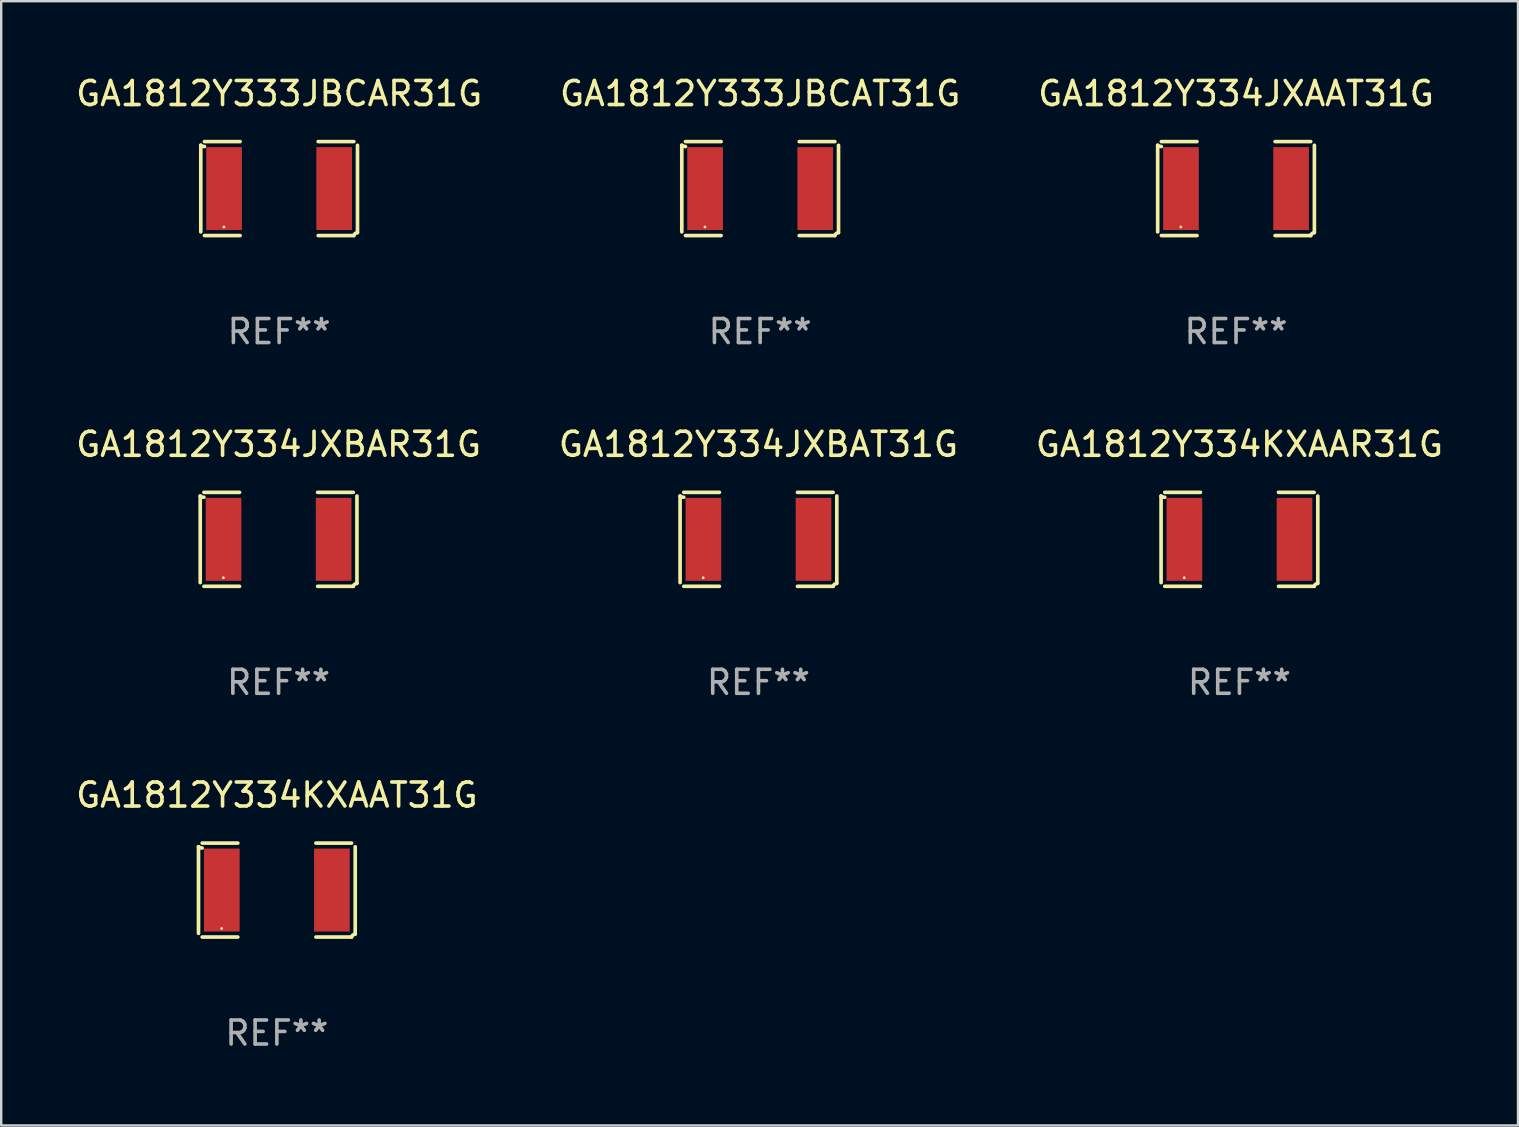
<source format=kicad_pcb>
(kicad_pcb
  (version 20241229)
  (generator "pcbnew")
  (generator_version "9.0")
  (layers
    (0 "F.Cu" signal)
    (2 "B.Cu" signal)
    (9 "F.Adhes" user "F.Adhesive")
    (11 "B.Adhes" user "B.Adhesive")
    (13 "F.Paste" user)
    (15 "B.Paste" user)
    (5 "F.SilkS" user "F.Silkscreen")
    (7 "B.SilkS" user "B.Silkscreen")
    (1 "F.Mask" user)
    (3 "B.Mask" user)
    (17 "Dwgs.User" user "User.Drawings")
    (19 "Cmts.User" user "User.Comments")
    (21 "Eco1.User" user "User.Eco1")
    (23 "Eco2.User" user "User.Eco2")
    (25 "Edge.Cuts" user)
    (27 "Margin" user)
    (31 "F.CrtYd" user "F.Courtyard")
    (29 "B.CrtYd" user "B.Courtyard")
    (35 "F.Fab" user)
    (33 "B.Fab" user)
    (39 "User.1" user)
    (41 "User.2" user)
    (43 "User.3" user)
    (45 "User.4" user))
  (footprint "GA1812Y333JBCAT31G"
    (layer "F.Cu")
    (at 28.613 4.805)
    (property "Reference" "GA1812Y333JBCAT31G" (at 0 -3.957 0) (layer "F.SilkS") (effects (font (size 1 1) (thickness 0.15))))
    (attr through_hole)
    (fp_line (start -3.264 1.804) (end -3.264 -1.804) (stroke (width 0.152) (type solid)) (layer "F.SilkS"))
    (fp_line (start -3.111 -1.957) (end -1.626 -1.957) (stroke (width 0.152) (type solid)) (layer "F.SilkS"))
    (fp_line (start -1.626 1.957) (end -3.111 1.957) (stroke (width 0.152) (type solid)) (layer "F.SilkS"))
    (fp_line (start 1.626 1.957) (end 3.111 1.957) (stroke (width 0.152) (type solid)) (layer "F.SilkS"))
    (fp_line (start 3.111 -1.957) (end 1.626 -1.957) (stroke (width 0.152) (type solid)) (layer "F.SilkS"))
    (fp_line (start 3.264 1.804) (end 3.264 -1.804) (stroke (width 0.152) (type solid)) (layer "F.SilkS"))
    (fp_arc (start -3.111202 -1.752192) (mid -3.191715 -1.76555) (end -3.263602 -1.804191) (stroke (width 0.1524) (type solid)) (layer "F.SilkS"))
    (fp_arc (start 3.111201 1.956591) (mid 3.167789 1.872777) (end 3.263602 1.840424) (stroke (width 0.1524) (type solid)) (layer "F.SilkS"))
    (fp_circle (center -2.3 1.6) (end -2.27 1.6) (stroke (width 0.06) (type solid)) (fill no) (layer "F.SilkS"))
    (fp_text user "REF**" (at 0 5.957 0) (layer "F.Fab") (effects (font (size 1 1) (thickness 0.15))))
    (pad "1" smd rect (at -2.293 0) (size 1.485 3.456) (layers "F.Cu" "F.Mask" "F.Paste"))
    (pad "2" smd rect (at 2.293 0) (size 1.485 3.456) (layers "F.Cu" "F.Mask" "F.Paste")))
  (footprint "GA1812Y333JBCAR31G"
    (layer "F.Cu")
    (at 8.577 4.805)
    (property "Reference" "GA1812Y333JBCAR31G" (at 0 -3.957 0) (layer "F.SilkS") (effects (font (size 1 1) (thickness 0.15))))
    (attr through_hole)
    (fp_line (start -3.264 1.804) (end -3.264 -1.804) (stroke (width 0.152) (type solid)) (layer "F.SilkS"))
    (fp_line (start -3.111 -1.957) (end -1.626 -1.957) (stroke (width 0.152) (type solid)) (layer "F.SilkS"))
    (fp_line (start -1.626 1.957) (end -3.111 1.957) (stroke (width 0.152) (type solid)) (layer "F.SilkS"))
    (fp_line (start 1.626 1.957) (end 3.111 1.957) (stroke (width 0.152) (type solid)) (layer "F.SilkS"))
    (fp_line (start 3.111 -1.957) (end 1.626 -1.957) (stroke (width 0.152) (type solid)) (layer "F.SilkS"))
    (fp_line (start 3.264 1.804) (end 3.264 -1.804) (stroke (width 0.152) (type solid)) (layer "F.SilkS"))
    (fp_arc (start -3.111202 -1.752192) (mid -3.191715 -1.76555) (end -3.263602 -1.804191) (stroke (width 0.1524) (type solid)) (layer "F.SilkS"))
    (fp_arc (start 3.111201 1.956591) (mid 3.167789 1.872777) (end 3.263602 1.840424) (stroke (width 0.1524) (type solid)) (layer "F.SilkS"))
    (fp_circle (center -2.3 1.6) (end -2.27 1.6) (stroke (width 0.06) (type solid)) (fill no) (layer "F.SilkS"))
    (fp_text user "REF**" (at 0 5.957 0) (layer "F.Fab") (effects (font (size 1 1) (thickness 0.15))))
    (pad "1" smd rect (at -2.293 0) (size 1.485 3.456) (layers "F.Cu" "F.Mask" "F.Paste"))
    (pad "2" smd rect (at 2.293 0) (size 1.485 3.456) (layers "F.Cu" "F.Mask" "F.Paste")))
  (footprint "GA1812Y334KXAAT31G"
    (layer "F.Cu")
    (at 8.482 34.024)
    (property "Reference" "GA1812Y334KXAAT31G" (at 0 -3.957 0) (layer "F.SilkS") (effects (font (size 1 1) (thickness 0.15))))
    (attr through_hole)
    (fp_line (start -3.264 1.804) (end -3.264 -1.804) (stroke (width 0.152) (type solid)) (layer "F.SilkS"))
    (fp_line (start -3.111 -1.957) (end -1.626 -1.957) (stroke (width 0.152) (type solid)) (layer "F.SilkS"))
    (fp_line (start -1.626 1.957) (end -3.111 1.957) (stroke (width 0.152) (type solid)) (layer "F.SilkS"))
    (fp_line (start 1.626 1.957) (end 3.111 1.957) (stroke (width 0.152) (type solid)) (layer "F.SilkS"))
    (fp_line (start 3.111 -1.957) (end 1.626 -1.957) (stroke (width 0.152) (type solid)) (layer "F.SilkS"))
    (fp_line (start 3.264 1.804) (end 3.264 -1.804) (stroke (width 0.152) (type solid)) (layer "F.SilkS"))
    (fp_arc (start -3.111202 -1.752192) (mid -3.191715 -1.76555) (end -3.263602 -1.804191) (stroke (width 0.1524) (type solid)) (layer "F.SilkS"))
    (fp_arc (start 3.111201 1.956591) (mid 3.167789 1.872777) (end 3.263602 1.840424) (stroke (width 0.1524) (type solid)) (layer "F.SilkS"))
    (fp_circle (center -2.3 1.6) (end -2.27 1.6) (stroke (width 0.06) (type solid)) (fill no) (layer "F.SilkS"))
    (fp_text user "REF**" (at 0 5.957 0) (layer "F.Fab") (effects (font (size 1 1) (thickness 0.15))))
    (pad "1" smd rect (at -2.293 0) (size 1.485 3.456) (layers "F.Cu" "F.Mask" "F.Paste"))
    (pad "2" smd rect (at 2.293 0) (size 1.485 3.456) (layers "F.Cu" "F.Mask" "F.Paste")))
  (footprint "GA1812Y334JXBAR31G"
    (layer "F.Cu")
    (at 8.554 19.415)
    (property "Reference" "GA1812Y334JXBAR31G" (at 0 -3.957 0) (layer "F.SilkS") (effects (font (size 1 1) (thickness 0.15))))
    (attr through_hole)
    (fp_line (start -3.264 1.804) (end -3.264 -1.804) (stroke (width 0.152) (type solid)) (layer "F.SilkS"))
    (fp_line (start -3.111 -1.957) (end -1.626 -1.957) (stroke (width 0.152) (type solid)) (layer "F.SilkS"))
    (fp_line (start -1.626 1.957) (end -3.111 1.957) (stroke (width 0.152) (type solid)) (layer "F.SilkS"))
    (fp_line (start 1.626 1.957) (end 3.111 1.957) (stroke (width 0.152) (type solid)) (layer "F.SilkS"))
    (fp_line (start 3.111 -1.957) (end 1.626 -1.957) (stroke (width 0.152) (type solid)) (layer "F.SilkS"))
    (fp_line (start 3.264 1.804) (end 3.264 -1.804) (stroke (width 0.152) (type solid)) (layer "F.SilkS"))
    (fp_arc (start -3.111202 -1.752192) (mid -3.191715 -1.76555) (end -3.263602 -1.804191) (stroke (width 0.1524) (type solid)) (layer "F.SilkS"))
    (fp_arc (start 3.111201 1.956591) (mid 3.167789 1.872777) (end 3.263602 1.840424) (stroke (width 0.1524) (type solid)) (layer "F.SilkS"))
    (fp_circle (center -2.3 1.6) (end -2.27 1.6) (stroke (width 0.06) (type solid)) (fill no) (layer "F.SilkS"))
    (fp_text user "REF**" (at 0 5.957 0) (layer "F.Fab") (effects (font (size 1 1) (thickness 0.15))))
    (pad "1" smd rect (at -2.293 0) (size 1.485 3.456) (layers "F.Cu" "F.Mask" "F.Paste"))
    (pad "2" smd rect (at 2.293 0) (size 1.485 3.456) (layers "F.Cu" "F.Mask" "F.Paste")))
  (footprint "GA1812Y334JXAAT31G"
    (layer "F.Cu")
    (at 48.435 4.805)
    (property "Reference" "GA1812Y334JXAAT31G" (at 0 -3.957 0) (layer "F.SilkS") (effects (font (size 1 1) (thickness 0.15))))
    (attr through_hole)
    (fp_line (start -3.264 1.804) (end -3.264 -1.804) (stroke (width 0.152) (type solid)) (layer "F.SilkS"))
    (fp_line (start -3.111 -1.957) (end -1.626 -1.957) (stroke (width 0.152) (type solid)) (layer "F.SilkS"))
    (fp_line (start -1.626 1.957) (end -3.111 1.957) (stroke (width 0.152) (type solid)) (layer "F.SilkS"))
    (fp_line (start 1.626 1.957) (end 3.111 1.957) (stroke (width 0.152) (type solid)) (layer "F.SilkS"))
    (fp_line (start 3.111 -1.957) (end 1.626 -1.957) (stroke (width 0.152) (type solid)) (layer "F.SilkS"))
    (fp_line (start 3.264 1.804) (end 3.264 -1.804) (stroke (width 0.152) (type solid)) (layer "F.SilkS"))
    (fp_arc (start -3.111202 -1.752192) (mid -3.191715 -1.76555) (end -3.263602 -1.804191) (stroke (width 0.1524) (type solid)) (layer "F.SilkS"))
    (fp_arc (start 3.111201 1.956591) (mid 3.167789 1.872777) (end 3.263602 1.840424) (stroke (width 0.1524) (type solid)) (layer "F.SilkS"))
    (fp_circle (center -2.3 1.6) (end -2.27 1.6) (stroke (width 0.06) (type solid)) (fill no) (layer "F.SilkS"))
    (fp_text user "REF**" (at 0 5.957 0) (layer "F.Fab") (effects (font (size 1 1) (thickness 0.15))))
    (pad "1" smd rect (at -2.293 0) (size 1.485 3.456) (layers "F.Cu" "F.Mask" "F.Paste"))
    (pad "2" smd rect (at 2.293 0) (size 1.485 3.456) (layers "F.Cu" "F.Mask" "F.Paste")))
  (footprint "GA1812Y334JXBAT31G"
    (layer "F.Cu")
    (at 28.542 19.415)
    (property "Reference" "GA1812Y334JXBAT31G" (at 0 -3.957 0) (layer "F.SilkS") (effects (font (size 1 1) (thickness 0.15))))
    (attr through_hole)
    (fp_line (start -3.264 1.804) (end -3.264 -1.804) (stroke (width 0.152) (type solid)) (layer "F.SilkS"))
    (fp_line (start -3.111 -1.957) (end -1.626 -1.957) (stroke (width 0.152) (type solid)) (layer "F.SilkS"))
    (fp_line (start -1.626 1.957) (end -3.111 1.957) (stroke (width 0.152) (type solid)) (layer "F.SilkS"))
    (fp_line (start 1.626 1.957) (end 3.111 1.957) (stroke (width 0.152) (type solid)) (layer "F.SilkS"))
    (fp_line (start 3.111 -1.957) (end 1.626 -1.957) (stroke (width 0.152) (type solid)) (layer "F.SilkS"))
    (fp_line (start 3.264 1.804) (end 3.264 -1.804) (stroke (width 0.152) (type solid)) (layer "F.SilkS"))
    (fp_arc (start -3.111202 -1.752192) (mid -3.191715 -1.76555) (end -3.263602 -1.804191) (stroke (width 0.1524) (type solid)) (layer "F.SilkS"))
    (fp_arc (start 3.111201 1.956591) (mid 3.167789 1.872777) (end 3.263602 1.840424) (stroke (width 0.1524) (type solid)) (layer "F.SilkS"))
    (fp_circle (center -2.3 1.6) (end -2.27 1.6) (stroke (width 0.06) (type solid)) (fill no) (layer "F.SilkS"))
    (fp_text user "REF**" (at 0 5.957 0) (layer "F.Fab") (effects (font (size 1 1) (thickness 0.15))))
    (pad "1" smd rect (at -2.293 0) (size 1.485 3.456) (layers "F.Cu" "F.Mask" "F.Paste"))
    (pad "2" smd rect (at 2.293 0) (size 1.485 3.456) (layers "F.Cu" "F.Mask" "F.Paste")))
  (footprint "GA1812Y334KXAAR31G"
    (layer "F.Cu")
    (at 48.577 19.415)
    (property "Reference" "GA1812Y334KXAAR31G" (at 0 -3.957 0) (layer "F.SilkS") (effects (font (size 1 1) (thickness 0.15))))
    (attr through_hole)
    (fp_line (start -3.264 1.804) (end -3.264 -1.804) (stroke (width 0.152) (type solid)) (layer "F.SilkS"))
    (fp_line (start -3.111 -1.957) (end -1.626 -1.957) (stroke (width 0.152) (type solid)) (layer "F.SilkS"))
    (fp_line (start -1.626 1.957) (end -3.111 1.957) (stroke (width 0.152) (type solid)) (layer "F.SilkS"))
    (fp_line (start 1.626 1.957) (end 3.111 1.957) (stroke (width 0.152) (type solid)) (layer "F.SilkS"))
    (fp_line (start 3.111 -1.957) (end 1.626 -1.957) (stroke (width 0.152) (type solid)) (layer "F.SilkS"))
    (fp_line (start 3.264 1.804) (end 3.264 -1.804) (stroke (width 0.152) (type solid)) (layer "F.SilkS"))
    (fp_arc (start -3.111202 -1.752192) (mid -3.191715 -1.76555) (end -3.263602 -1.804191) (stroke (width 0.1524) (type solid)) (layer "F.SilkS"))
    (fp_arc (start 3.111201 1.956591) (mid 3.167789 1.872777) (end 3.263602 1.840424) (stroke (width 0.1524) (type solid)) (layer "F.SilkS"))
    (fp_circle (center -2.3 1.6) (end -2.27 1.6) (stroke (width 0.06) (type solid)) (fill no) (layer "F.SilkS"))
    (fp_text user "REF**" (at 0 5.957 0) (layer "F.Fab") (effects (font (size 1 1) (thickness 0.15))))
    (pad "1" smd rect (at -2.293 0) (size 1.485 3.456) (layers "F.Cu" "F.Mask" "F.Paste"))
    (pad "2" smd rect (at 2.293 0) (size 1.485 3.456) (layers "F.Cu" "F.Mask" "F.Paste")))
  (gr_rect
    (start -3 -3)
    (end 60.179 43.829)
    (stroke (width 0.1) (type default))
    (fill no)
    (layer "Edge.Cuts")))
</source>
